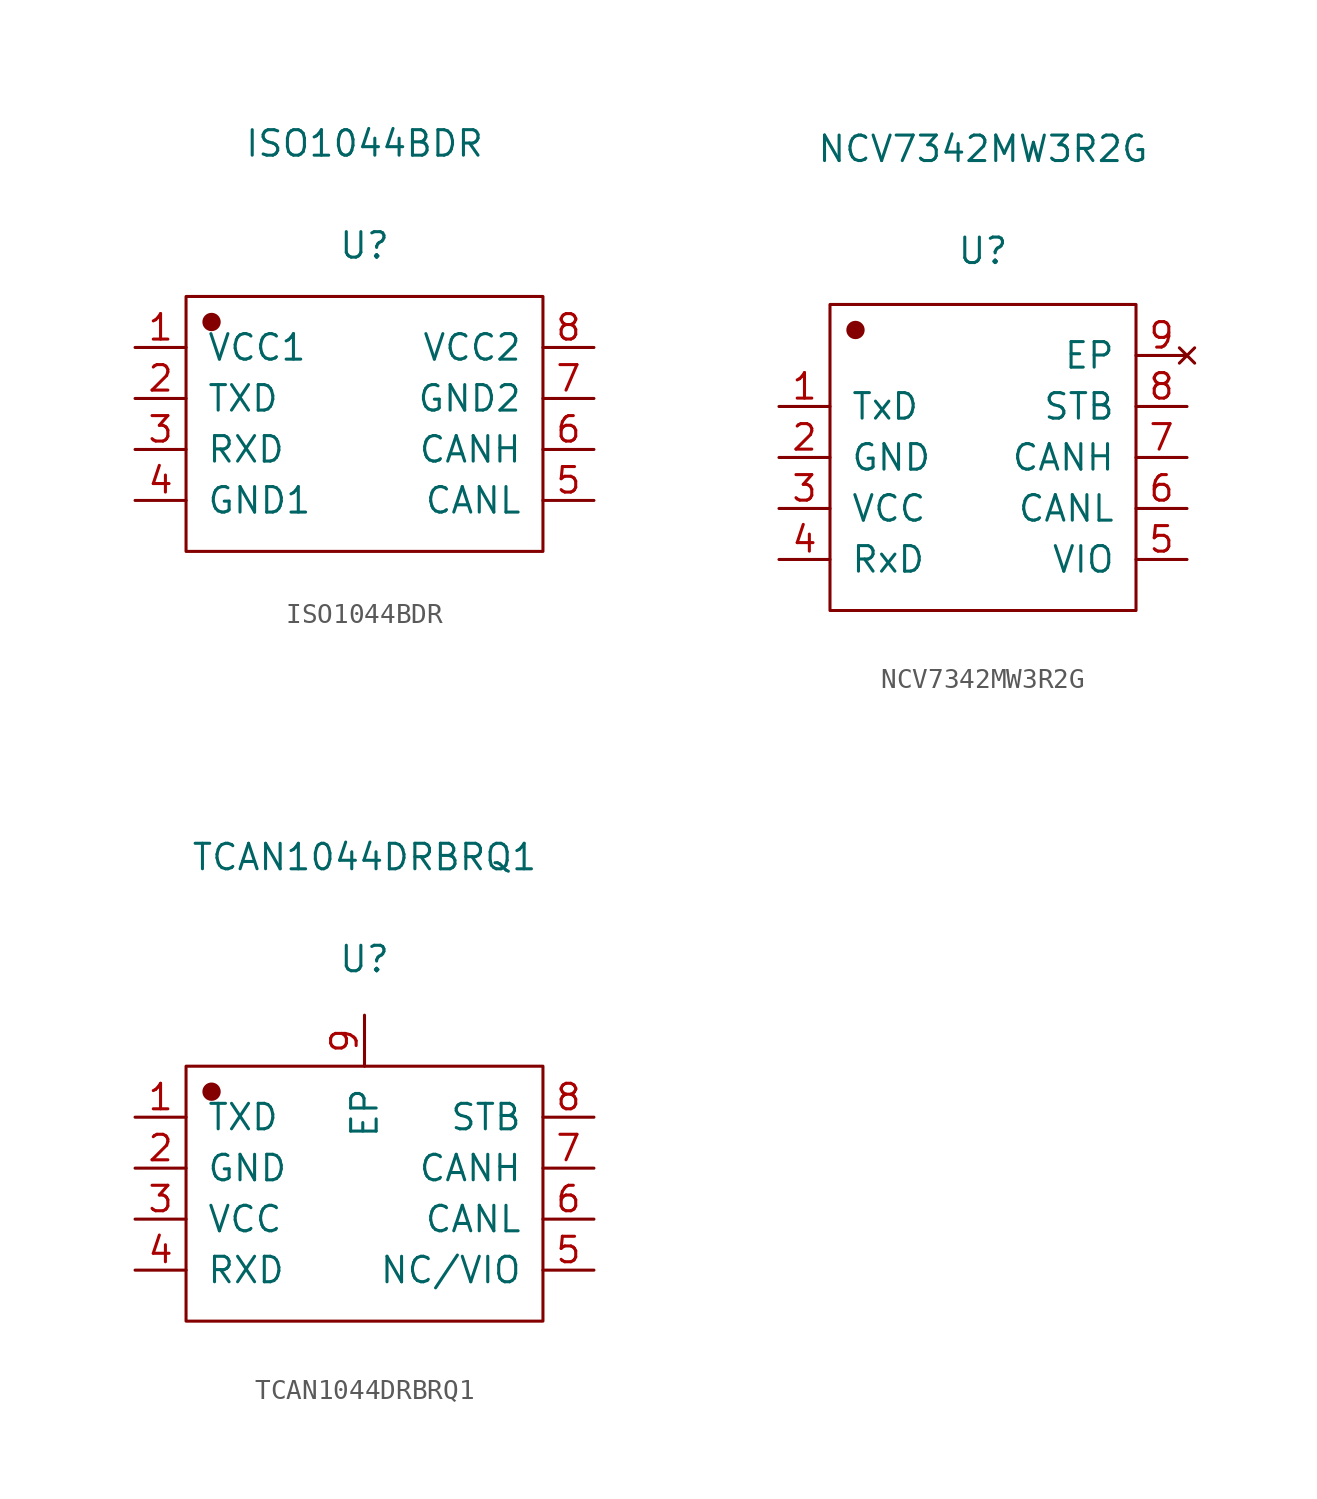
<source format=kicad_sym>
(kicad_symbol_lib
  (version 20220914)
  (generator kicad_symbol_editor)
  (symbol "ISO1044BDR"
    (pin_names
      (offset 1.016))
    (property "Reference" "U"
      (at 0 8.89 0)
      (effects (font (size 1.27 1.27))))
    (property "Value" "ISO1044BDR"
      (at 0 13.97 0)
      (effects (font (size 1.27 1.27))))
    (symbol "ISO1044BDR_1_1"
      (rectangle (start -8.89 6.35) (end 8.89 -6.35) (stroke (width 0.152) (type solid)) (fill (type none)))
      (circle (center -7.62 5.08) (radius 0.381) (stroke (width 0.152) (type solid)) (fill (type outline)))
      (pin power_in line (at -11.43 3.81 0) (length 2.54) (name "VCC1" (effects (font (size 1.27 1.27)))) (number "1" (effects (font (size 1.27 1.27)))))
      (pin output line (at -11.43 1.27 0) (length 2.54) (name "TXD" (effects (font (size 1.27 1.27)))) (number "2" (effects (font (size 1.27 1.27)))))
      (pin input line (at -11.43 -1.27 0) (length 2.54) (name "RXD" (effects (font (size 1.27 1.27)))) (number "3" (effects (font (size 1.27 1.27)))))
      (pin power_in line (at -11.43 -3.81 0) (length 2.54) (name "GND1" (effects (font (size 1.27 1.27)))) (number "4" (effects (font (size 1.27 1.27)))))
      (pin bidirectional line (at 11.43 -3.81 180) (length 2.54) (name "CANL" (effects (font (size 1.27 1.27)))) (number "5" (effects (font (size 1.27 1.27)))))
      (pin bidirectional line (at 11.43 -1.27 180) (length 2.54) (name "CANH" (effects (font (size 1.27 1.27)))) (number "6" (effects (font (size 1.27 1.27)))))
      (pin power_in line (at 11.43 1.27 180) (length 2.54) (name "GND2" (effects (font (size 1.27 1.27)))) (number "7" (effects (font (size 1.27 1.27)))))
      (pin power_in line (at 11.43 3.81 180) (length 2.54) (name "VCC2" (effects (font (size 1.27 1.27)))) (number "8" (effects (font (size 1.27 1.27)))))))
  (symbol "NCV7342MW3R2G"
    (pin_names
      (offset 1.016))
    (property "Reference" "U"
      (at 0 10.287 0)
      (effects (font (size 1.27 1.27))))
    (property "Value" "NCV7342MW3R2G"
      (at 0 15.367 0)
      (effects (font (size 1.27 1.27))))
    (symbol "NCV7342MW3R2G_1_1"
      (rectangle (start -7.62 7.62) (end 7.62 -7.62) (stroke (width 0.152) (type solid)) (fill (type none)))
      (circle (center -6.35 6.35) (radius 0.381) (stroke (width 0.152) (type solid)) (fill (type outline)))
      (pin output line (at -10.16 2.54 0) (length 2.54) (name "TxD" (effects (font (size 1.27 1.27)))) (number "1" (effects (font (size 1.27 1.27)))))
      (pin power_in line (at -10.16 0 0) (length 2.54) (name "GND" (effects (font (size 1.27 1.27)))) (number "2" (effects (font (size 1.27 1.27)))))
      (pin power_in line (at -10.16 -2.54 0) (length 2.54) (name "VCC" (effects (font (size 1.27 1.27)))) (number "3" (effects (font (size 1.27 1.27)))))
      (pin input line (at -10.16 -5.08 0) (length 2.54) (name "RxD" (effects (font (size 1.27 1.27)))) (number "4" (effects (font (size 1.27 1.27)))))
      (pin power_in line (at 10.16 -5.08 180) (length 2.54) (name "VIO" (effects (font (size 1.27 1.27)))) (number "5" (effects (font (size 1.27 1.27)))))
      (pin bidirectional line (at 10.16 -2.54 180) (length 2.54) (name "CANL" (effects (font (size 1.27 1.27)))) (number "6" (effects (font (size 1.27 1.27)))))
      (pin bidirectional line (at 10.16 0 180) (length 2.54) (name "CANH" (effects (font (size 1.27 1.27)))) (number "7" (effects (font (size 1.27 1.27)))))
      (pin input line (at 10.16 2.54 180) (length 2.54) (name "STB" (effects (font (size 1.27 1.27)))) (number "8" (effects (font (size 1.27 1.27)))))
      (pin no_connect line (at 10.16 5.08 180) (length 2.54) (name "EP" (effects (font (size 1.27 1.27)))) (number "9" (effects (font (size 1.27 1.27)))))))
  (symbol "TCAN1044DRBRQ1"
    (pin_names
      (offset 1.016))
    (property "Reference" "U"
      (at 0 11.684 0)
      (effects (font (size 1.27 1.27))))
    (property "Value" "TCAN1044DRBRQ1"
      (at 0 16.764 0)
      (effects (font (size 1.27 1.27))))
    (symbol "TCAN1044DRBRQ1_1_1"
      (rectangle (start -8.89 6.35) (end 8.89 -6.35) (stroke (width 0.152) (type solid)) (fill (type none)))
      (circle (center -7.62 5.08) (radius 0.381) (stroke (width 0.152) (type solid)) (fill (type outline)))
      (pin output line (at -11.43 3.81 0) (length 2.54) (name "TXD" (effects (font (size 1.27 1.27)))) (number "1" (effects (font (size 1.27 1.27)))))
      (pin power_in line (at -11.43 1.27 0) (length 2.54) (name "GND" (effects (font (size 1.27 1.27)))) (number "2" (effects (font (size 1.27 1.27)))))
      (pin power_in line (at -11.43 -1.27 0) (length 2.54) (name "VCC" (effects (font (size 1.27 1.27)))) (number "3" (effects (font (size 1.27 1.27)))))
      (pin input line (at -11.43 -3.81 0) (length 2.54) (name "RXD" (effects (font (size 1.27 1.27)))) (number "4" (effects (font (size 1.27 1.27)))))
      (pin power_in line (at 11.43 -3.81 180) (length 2.54) (name "NC/VIO" (effects (font (size 1.27 1.27)))) (number "5" (effects (font (size 1.27 1.27)))))
      (pin bidirectional line (at 11.43 -1.27 180) (length 2.54) (name "CANL" (effects (font (size 1.27 1.27)))) (number "6" (effects (font (size 1.27 1.27)))))
      (pin bidirectional line (at 11.43 1.27 180) (length 2.54) (name "CANH" (effects (font (size 1.27 1.27)))) (number "7" (effects (font (size 1.27 1.27)))))
      (pin input line (at 11.43 3.81 180) (length 2.54) (name "STB" (effects (font (size 1.27 1.27)))) (number "8" (effects (font (size 1.27 1.27)))))
      (pin power_in line (at 0 8.89 270) (length 2.54) (name "EP" (effects (font (size 1.27 1.27)))) (number "9" (effects (font (size 1.27 1.27))))))))
</source>
